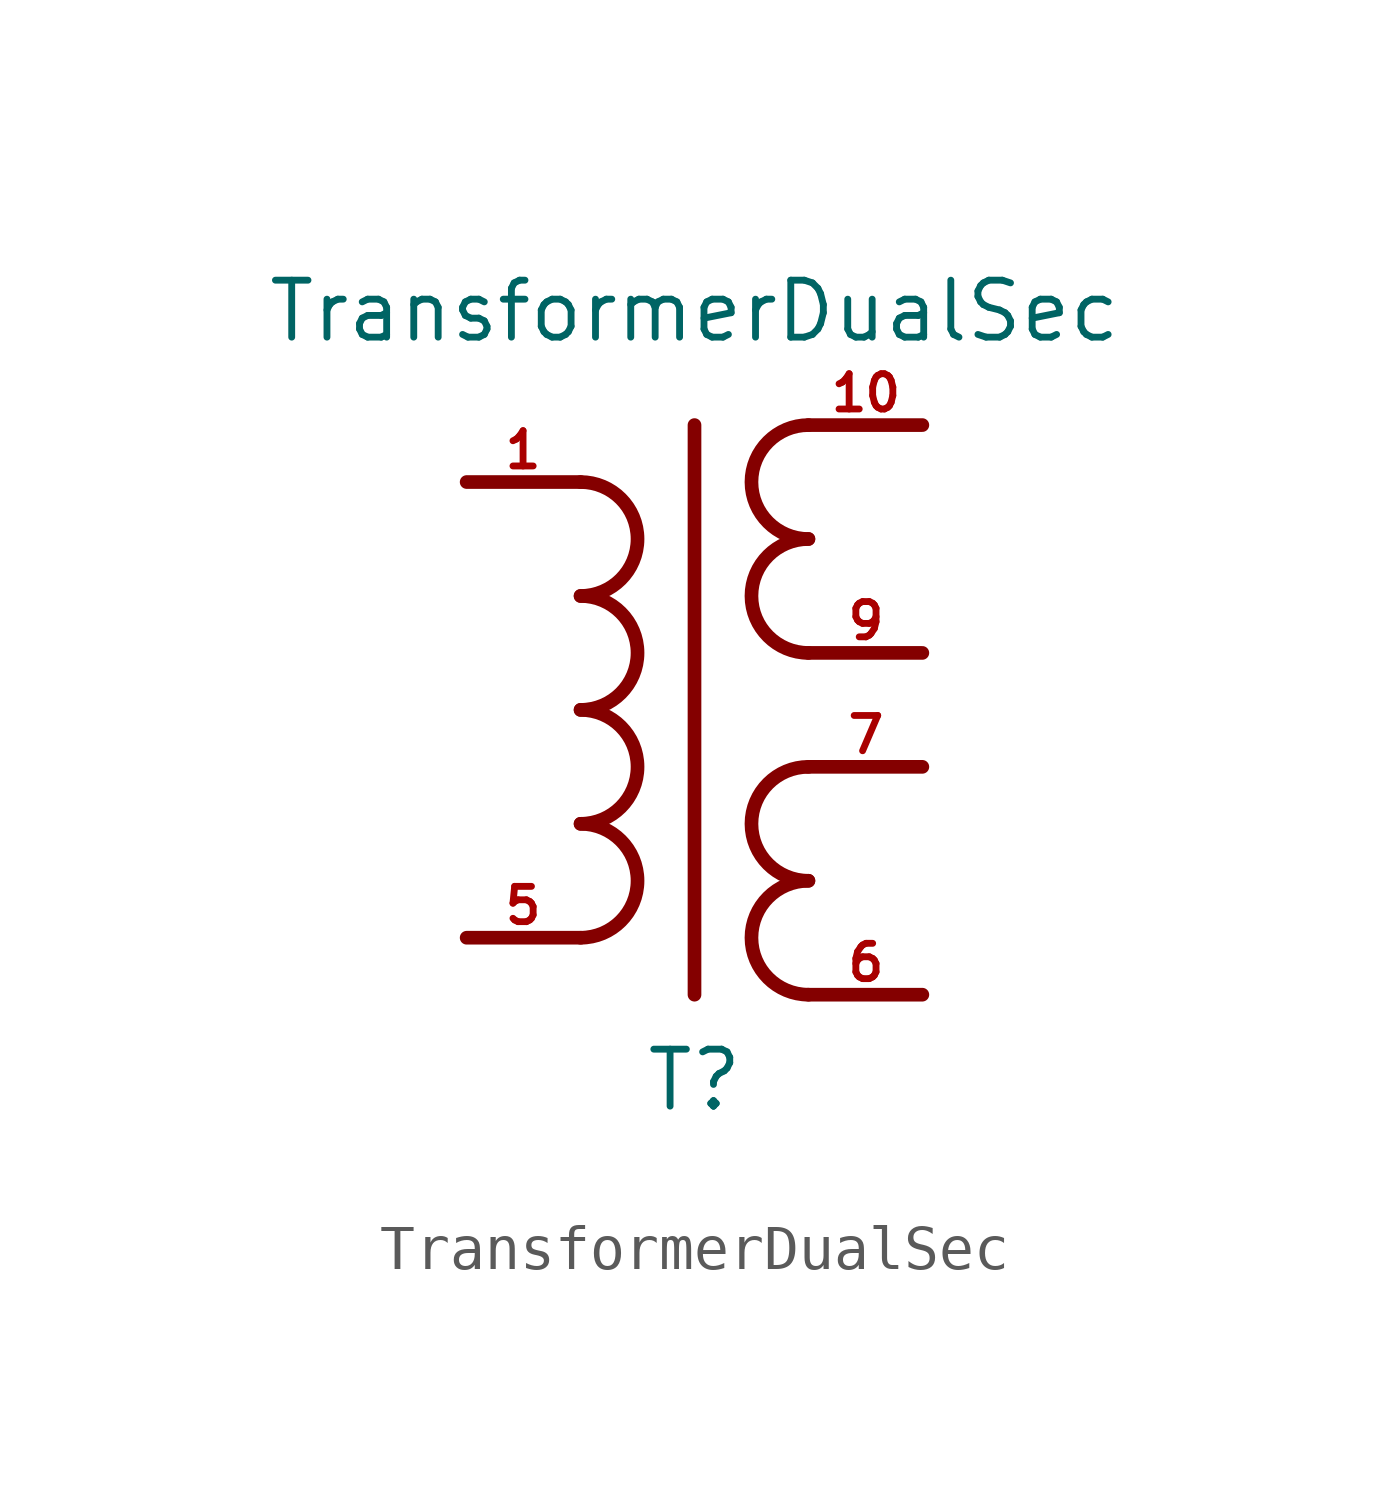
<source format=kicad_sym>
(kicad_symbol_lib
  (version 20220914)
  (generator kicad_symbol_editor)
  (symbol "TransformerDualSec"
    (pin_names
      (offset 1.016) hide)
    (property "Reference" "T"
      (at 0 -8.255 0)
      (effects (font (size 1.27 1.27))))
    (property "Value" "TransformerDualSec"
      (at 0 8.89 0)
      (effects (font (size 1.27 1.27))))
    (symbol "TransformerDualSec_0_1"
      (arc (start -2.54 0) (mid -1.2755 1.27) (end -2.54 2.54) (stroke (width 0.3048) (type default)) (fill (type none)))
      (polyline (pts (xy -2.54 -5.08) (xy -5.08 -5.08)) (stroke (width 0.305) (type default)) (fill (type none)))
      (polyline (pts (xy -2.54 5.08) (xy -5.08 5.08)) (stroke (width 0.305) (type default)) (fill (type none)))
      (polyline (pts (xy 0 6.35) (xy 0 -6.35)) (stroke (width 0.305) (type default)) (fill (type none)))
      (polyline (pts (xy 2.54 -6.35) (xy 5.08 -6.35)) (stroke (width 0.305) (type default)) (fill (type none)))
      (polyline (pts (xy 2.54 -1.27) (xy 5.08 -1.27)) (stroke (width 0.305) (type default)) (fill (type none)))
      (polyline (pts (xy 2.54 1.27) (xy 5.08 1.27)) (stroke (width 0.305) (type default)) (fill (type none)))
      (polyline (pts (xy 2.54 6.35) (xy 5.08 6.35)) (stroke (width 0.305) (type default)) (fill (type none))))
    (symbol "TransformerDualSec_1_1"
      (arc (start -2.54 -5.08) (mid -1.2755 -3.81) (end -2.54 -2.54) (stroke (width 0.3048) (type default)) (fill (type none)))
      (arc (start -2.54 -2.54) (mid -1.2755 -1.27) (end -2.54 0) (stroke (width 0.3048) (type default)) (fill (type none)))
      (arc (start -2.54 2.54) (mid -1.2755 3.81) (end -2.54 5.08) (stroke (width 0.3048) (type default)) (fill (type none)))
      (arc (start 2.54 -3.81) (mid 1.2755 -5.08) (end 2.54 -6.35) (stroke (width 0.3048) (type default)) (fill (type none)))
      (arc (start 2.54 -1.27) (mid 1.2755 -2.54) (end 2.54 -3.81) (stroke (width 0.3048) (type default)) (fill (type none)))
      (arc (start 2.54 3.81) (mid 1.2755 2.54) (end 2.54 1.27) (stroke (width 0.3048) (type default)) (fill (type none)))
      (arc (start 2.54 6.35) (mid 1.2755 5.08) (end 2.54 3.81) (stroke (width 0.3048) (type default)) (fill (type none)))
      (pin passive line (at -5.08 5.08 0) (length 2.515) (name "1" (effects (font (size 0.787 0.787)))) (number "1" (effects (font (size 0.787 0.787)))))
      (pin passive line (at 5.08 6.35 180) (length 2.515) (name "10" (effects (font (size 0.787 0.787)))) (number "10" (effects (font (size 0.787 0.787)))))
      (pin passive line (at -5.08 -5.08 0) (length 2.515) (name "5" (effects (font (size 0.787 0.787)))) (number "5" (effects (font (size 0.787 0.787)))))
      (pin passive line (at 5.08 -6.35 180) (length 2.515) (name "6" (effects (font (size 0.787 0.787)))) (number "6" (effects (font (size 0.787 0.787)))))
      (pin passive line (at 5.08 -1.27 180) (length 2.515) (name "7" (effects (font (size 0.787 0.787)))) (number "7" (effects (font (size 0.787 0.787)))))
      (pin passive line (at 5.08 1.27 180) (length 2.515) (name "9" (effects (font (size 0.787 0.787)))) (number "9" (effects (font (size 0.787 0.787))))))))
</source>
